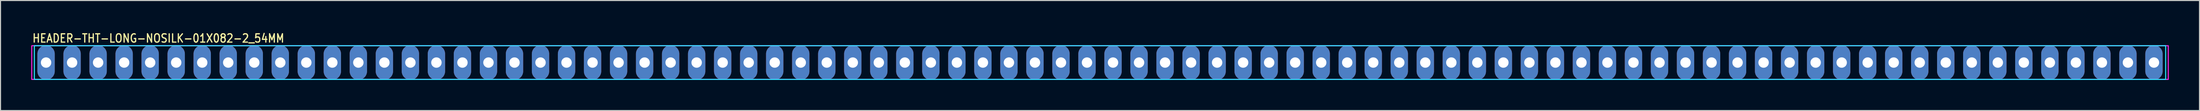
<source format=kicad_pcb>
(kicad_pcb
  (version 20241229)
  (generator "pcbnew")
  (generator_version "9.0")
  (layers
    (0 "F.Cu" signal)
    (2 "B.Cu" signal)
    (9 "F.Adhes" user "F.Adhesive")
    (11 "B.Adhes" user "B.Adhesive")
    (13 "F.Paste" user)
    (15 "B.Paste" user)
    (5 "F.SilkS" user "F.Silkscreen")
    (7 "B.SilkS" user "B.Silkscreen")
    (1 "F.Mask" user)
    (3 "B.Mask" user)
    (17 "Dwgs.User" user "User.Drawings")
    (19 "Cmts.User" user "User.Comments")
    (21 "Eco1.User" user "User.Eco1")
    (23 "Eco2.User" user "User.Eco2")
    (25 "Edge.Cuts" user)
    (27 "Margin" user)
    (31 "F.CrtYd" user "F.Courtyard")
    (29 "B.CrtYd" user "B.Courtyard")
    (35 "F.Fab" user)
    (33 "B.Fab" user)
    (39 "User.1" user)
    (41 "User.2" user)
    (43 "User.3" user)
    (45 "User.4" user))
  (footprint "HEADER-THT-LONG-NOSILK-01X082-2_54MM"
    (layer "F.Cu")
    (at 1.447 3.079)
    (property "Reference" "HEADER-THT-LONG-NOSILK-01X082-2_54MM" (at -1.4 -1.9 0) (unlocked yes) (layer "F.SilkS") (effects (font (size 0.813 0.695) (thickness 0.122)) (justify left bottom)))
    (fp_poly (pts (xy -1.143 -1.651) (xy 206.883 -1.651) (xy 206.883 1.651) (xy -1.143 1.651)) (stroke (width 0.1) (type solid)) (fill no) (layer "B.CrtYd"))
    (fp_poly (pts (xy -1.397 -1.651) (xy 207.137 -1.651) (xy 207.137 1.651) (xy -1.397 1.651)) (stroke (width 0.1) (type solid)) (fill no) (layer "F.CrtYd"))
    (pad "P$1" thru_hole oval (at 0 0 90) (size 3.387 1.693) (drill 1.016) (layers "*.Cu" "*.Mask"))
    (pad "P$2" thru_hole oval (at 2.54 0 90) (size 3.387 1.693) (drill 1.016) (layers "*.Cu" "*.Mask"))
    (pad "P$3" thru_hole oval (at 5.08 0 90) (size 3.387 1.693) (drill 1.016) (layers "*.Cu" "*.Mask"))
    (pad "P$4" thru_hole oval (at 7.62 0 90) (size 3.387 1.693) (drill 1.016) (layers "*.Cu" "*.Mask"))
    (pad "P$5" thru_hole oval (at 10.16 0 90) (size 3.387 1.693) (drill 1.016) (layers "*.Cu" "*.Mask"))
    (pad "P$6" thru_hole oval (at 12.7 0 90) (size 3.387 1.693) (drill 1.016) (layers "*.Cu" "*.Mask"))
    (pad "P$7" thru_hole oval (at 15.24 0 90) (size 3.387 1.693) (drill 1.016) (layers "*.Cu" "*.Mask"))
    (pad "P$8" thru_hole oval (at 17.78 0 90) (size 3.387 1.693) (drill 1.016) (layers "*.Cu" "*.Mask"))
    (pad "P$9" thru_hole oval (at 20.32 0 90) (size 3.387 1.693) (drill 1.016) (layers "*.Cu" "*.Mask"))
    (pad "P$10" thru_hole oval (at 22.86 0 90) (size 3.387 1.693) (drill 1.016) (layers "*.Cu" "*.Mask"))
    (pad "P$11" thru_hole oval (at 25.4 0 90) (size 3.387 1.693) (drill 1.016) (layers "*.Cu" "*.Mask"))
    (pad "P$12" thru_hole oval (at 27.94 0 90) (size 3.387 1.693) (drill 1.016) (layers "*.Cu" "*.Mask"))
    (pad "P$13" thru_hole oval (at 30.48 0 90) (size 3.387 1.693) (drill 1.016) (layers "*.Cu" "*.Mask"))
    (pad "P$14" thru_hole oval (at 33.02 0 90) (size 3.387 1.693) (drill 1.016) (layers "*.Cu" "*.Mask"))
    (pad "P$15" thru_hole oval (at 35.56 0 90) (size 3.387 1.693) (drill 1.016) (layers "*.Cu" "*.Mask"))
    (pad "P$16" thru_hole oval (at 38.1 0 90) (size 3.387 1.693) (drill 1.016) (layers "*.Cu" "*.Mask"))
    (pad "P$17" thru_hole oval (at 40.64 0 90) (size 3.387 1.693) (drill 1.016) (layers "*.Cu" "*.Mask"))
    (pad "P$18" thru_hole oval (at 43.18 0 90) (size 3.387 1.693) (drill 1.016) (layers "*.Cu" "*.Mask"))
    (pad "P$19" thru_hole oval (at 45.72 0 90) (size 3.387 1.693) (drill 1.016) (layers "*.Cu" "*.Mask"))
    (pad "P$20" thru_hole oval (at 48.26 0 90) (size 3.387 1.693) (drill 1.016) (layers "*.Cu" "*.Mask"))
    (pad "P$21" thru_hole oval (at 50.8 0 90) (size 3.387 1.693) (drill 1.016) (layers "*.Cu" "*.Mask"))
    (pad "P$22" thru_hole oval (at 53.34 0 90) (size 3.387 1.693) (drill 1.016) (layers "*.Cu" "*.Mask"))
    (pad "P$23" thru_hole oval (at 55.88 0 90) (size 3.387 1.693) (drill 1.016) (layers "*.Cu" "*.Mask"))
    (pad "P$24" thru_hole oval (at 58.42 0 90) (size 3.387 1.693) (drill 1.016) (layers "*.Cu" "*.Mask"))
    (pad "P$25" thru_hole oval (at 60.96 0 90) (size 3.387 1.693) (drill 1.016) (layers "*.Cu" "*.Mask"))
    (pad "P$26" thru_hole oval (at 63.5 0 90) (size 3.387 1.693) (drill 1.016) (layers "*.Cu" "*.Mask"))
    (pad "P$27" thru_hole oval (at 66.04 0 90) (size 3.387 1.693) (drill 1.016) (layers "*.Cu" "*.Mask"))
    (pad "P$28" thru_hole oval (at 68.58 0 90) (size 3.387 1.693) (drill 1.016) (layers "*.Cu" "*.Mask"))
    (pad "P$29" thru_hole oval (at 71.12 0 90) (size 3.387 1.693) (drill 1.016) (layers "*.Cu" "*.Mask"))
    (pad "P$30" thru_hole oval (at 73.66 0 90) (size 3.387 1.693) (drill 1.016) (layers "*.Cu" "*.Mask"))
    (pad "P$31" thru_hole oval (at 76.2 0 90) (size 3.387 1.693) (drill 1.016) (layers "*.Cu" "*.Mask"))
    (pad "P$32" thru_hole oval (at 78.74 0 90) (size 3.387 1.693) (drill 1.016) (layers "*.Cu" "*.Mask"))
    (pad "P$33" thru_hole oval (at 81.28 0 90) (size 3.387 1.693) (drill 1.016) (layers "*.Cu" "*.Mask"))
    (pad "P$34" thru_hole oval (at 83.82 0 90) (size 3.387 1.693) (drill 1.016) (layers "*.Cu" "*.Mask"))
    (pad "P$35" thru_hole oval (at 86.36 0 90) (size 3.387 1.693) (drill 1.016) (layers "*.Cu" "*.Mask"))
    (pad "P$36" thru_hole oval (at 88.9 0 90) (size 3.387 1.693) (drill 1.016) (layers "*.Cu" "*.Mask"))
    (pad "P$37" thru_hole oval (at 91.44 0 90) (size 3.387 1.693) (drill 1.016) (layers "*.Cu" "*.Mask"))
    (pad "P$38" thru_hole oval (at 93.98 0 90) (size 3.387 1.693) (drill 1.016) (layers "*.Cu" "*.Mask"))
    (pad "P$39" thru_hole oval (at 96.52 0 90) (size 3.387 1.693) (drill 1.016) (layers "*.Cu" "*.Mask"))
    (pad "P$40" thru_hole oval (at 99.06 0 90) (size 3.387 1.693) (drill 1.016) (layers "*.Cu" "*.Mask"))
    (pad "P$41" thru_hole oval (at 101.6 0 90) (size 3.387 1.693) (drill 1.016) (layers "*.Cu" "*.Mask"))
    (pad "P$42" thru_hole oval (at 104.14 0 90) (size 3.387 1.693) (drill 1.016) (layers "*.Cu" "*.Mask"))
    (pad "P$43" thru_hole oval (at 106.68 0 90) (size 3.387 1.693) (drill 1.016) (layers "*.Cu" "*.Mask"))
    (pad "P$44" thru_hole oval (at 109.22 0 90) (size 3.387 1.693) (drill 1.016) (layers "*.Cu" "*.Mask"))
    (pad "P$45" thru_hole oval (at 111.76 0 90) (size 3.387 1.693) (drill 1.016) (layers "*.Cu" "*.Mask"))
    (pad "P$46" thru_hole oval (at 114.3 0 90) (size 3.387 1.693) (drill 1.016) (layers "*.Cu" "*.Mask"))
    (pad "P$47" thru_hole oval (at 116.84 0 90) (size 3.387 1.693) (drill 1.016) (layers "*.Cu" "*.Mask"))
    (pad "P$48" thru_hole oval (at 119.38 0 90) (size 3.387 1.693) (drill 1.016) (layers "*.Cu" "*.Mask"))
    (pad "P$49" thru_hole oval (at 121.92 0 90) (size 3.387 1.693) (drill 1.016) (layers "*.Cu" "*.Mask"))
    (pad "P$50" thru_hole oval (at 124.46 0 90) (size 3.387 1.693) (drill 1.016) (layers "*.Cu" "*.Mask"))
    (pad "P$51" thru_hole oval (at 127 0 90) (size 3.387 1.693) (drill 1.016) (layers "*.Cu" "*.Mask"))
    (pad "P$52" thru_hole oval (at 129.54 0 90) (size 3.387 1.693) (drill 1.016) (layers "*.Cu" "*.Mask"))
    (pad "P$53" thru_hole oval (at 132.08 0 90) (size 3.387 1.693) (drill 1.016) (layers "*.Cu" "*.Mask"))
    (pad "P$54" thru_hole oval (at 134.62 0 90) (size 3.387 1.693) (drill 1.016) (layers "*.Cu" "*.Mask"))
    (pad "P$55" thru_hole oval (at 137.16 0 90) (size 3.387 1.693) (drill 1.016) (layers "*.Cu" "*.Mask"))
    (pad "P$56" thru_hole oval (at 139.7 0 90) (size 3.387 1.693) (drill 1.016) (layers "*.Cu" "*.Mask"))
    (pad "P$57" thru_hole oval (at 142.24 0 90) (size 3.387 1.693) (drill 1.016) (layers "*.Cu" "*.Mask"))
    (pad "P$58" thru_hole oval (at 144.78 0 90) (size 3.387 1.693) (drill 1.016) (layers "*.Cu" "*.Mask"))
    (pad "P$59" thru_hole oval (at 147.32 0 90) (size 3.387 1.693) (drill 1.016) (layers "*.Cu" "*.Mask"))
    (pad "P$60" thru_hole oval (at 149.86 0 90) (size 3.387 1.693) (drill 1.016) (layers "*.Cu" "*.Mask"))
    (pad "P$61" thru_hole oval (at 152.4 0 90) (size 3.387 1.693) (drill 1.016) (layers "*.Cu" "*.Mask"))
    (pad "P$62" thru_hole oval (at 154.94 0 90) (size 3.387 1.693) (drill 1.016) (layers "*.Cu" "*.Mask"))
    (pad "P$63" thru_hole oval (at 157.48 0 90) (size 3.387 1.693) (drill 1.016) (layers "*.Cu" "*.Mask"))
    (pad "P$64" thru_hole oval (at 160.02 0 90) (size 3.387 1.693) (drill 1.016) (layers "*.Cu" "*.Mask"))
    (pad "P$65" thru_hole oval (at 162.56 0 90) (size 3.387 1.693) (drill 1.016) (layers "*.Cu" "*.Mask"))
    (pad "P$66" thru_hole oval (at 165.1 0 90) (size 3.387 1.693) (drill 1.016) (layers "*.Cu" "*.Mask"))
    (pad "P$67" thru_hole oval (at 167.64 0 90) (size 3.387 1.693) (drill 1.016) (layers "*.Cu" "*.Mask"))
    (pad "P$68" thru_hole oval (at 170.18 0 90) (size 3.387 1.693) (drill 1.016) (layers "*.Cu" "*.Mask"))
    (pad "P$69" thru_hole oval (at 172.72 0 90) (size 3.387 1.693) (drill 1.016) (layers "*.Cu" "*.Mask"))
    (pad "P$70" thru_hole oval (at 175.26 0 90) (size 3.387 1.693) (drill 1.016) (layers "*.Cu" "*.Mask"))
    (pad "P$71" thru_hole oval (at 177.8 0 90) (size 3.387 1.693) (drill 1.016) (layers "*.Cu" "*.Mask"))
    (pad "P$72" thru_hole oval (at 180.34 0 90) (size 3.387 1.693) (drill 1.016) (layers "*.Cu" "*.Mask"))
    (pad "P$73" thru_hole oval (at 182.88 0 90) (size 3.387 1.693) (drill 1.016) (layers "*.Cu" "*.Mask"))
    (pad "P$74" thru_hole oval (at 185.42 0 90) (size 3.387 1.693) (drill 1.016) (layers "*.Cu" "*.Mask"))
    (pad "P$75" thru_hole oval (at 187.96 0 90) (size 3.387 1.693) (drill 1.016) (layers "*.Cu" "*.Mask"))
    (pad "P$76" thru_hole oval (at 190.5 0 90) (size 3.387 1.693) (drill 1.016) (layers "*.Cu" "*.Mask"))
    (pad "P$77" thru_hole oval (at 193.04 0 90) (size 3.387 1.693) (drill 1.016) (layers "*.Cu" "*.Mask"))
    (pad "P$78" thru_hole oval (at 195.58 0 90) (size 3.387 1.693) (drill 1.016) (layers "*.Cu" "*.Mask"))
    (pad "P$79" thru_hole oval (at 198.12 0 90) (size 3.387 1.693) (drill 1.016) (layers "*.Cu" "*.Mask"))
    (pad "P$80" thru_hole oval (at 200.66 0 90) (size 3.387 1.693) (drill 1.016) (layers "*.Cu" "*.Mask"))
    (pad "P$81" thru_hole oval (at 203.2 0 90) (size 3.387 1.693) (drill 1.016) (layers "*.Cu" "*.Mask"))
    (pad "P$82" thru_hole oval (at 205.74 0 90) (size 3.387 1.693) (drill 1.016) (layers "*.Cu" "*.Mask")))
  (gr_rect
    (start -3 -3)
    (end 211.634 7.78)
    (stroke (width 0.1) (type default))
    (fill no)
    (layer "Edge.Cuts")))
</source>
